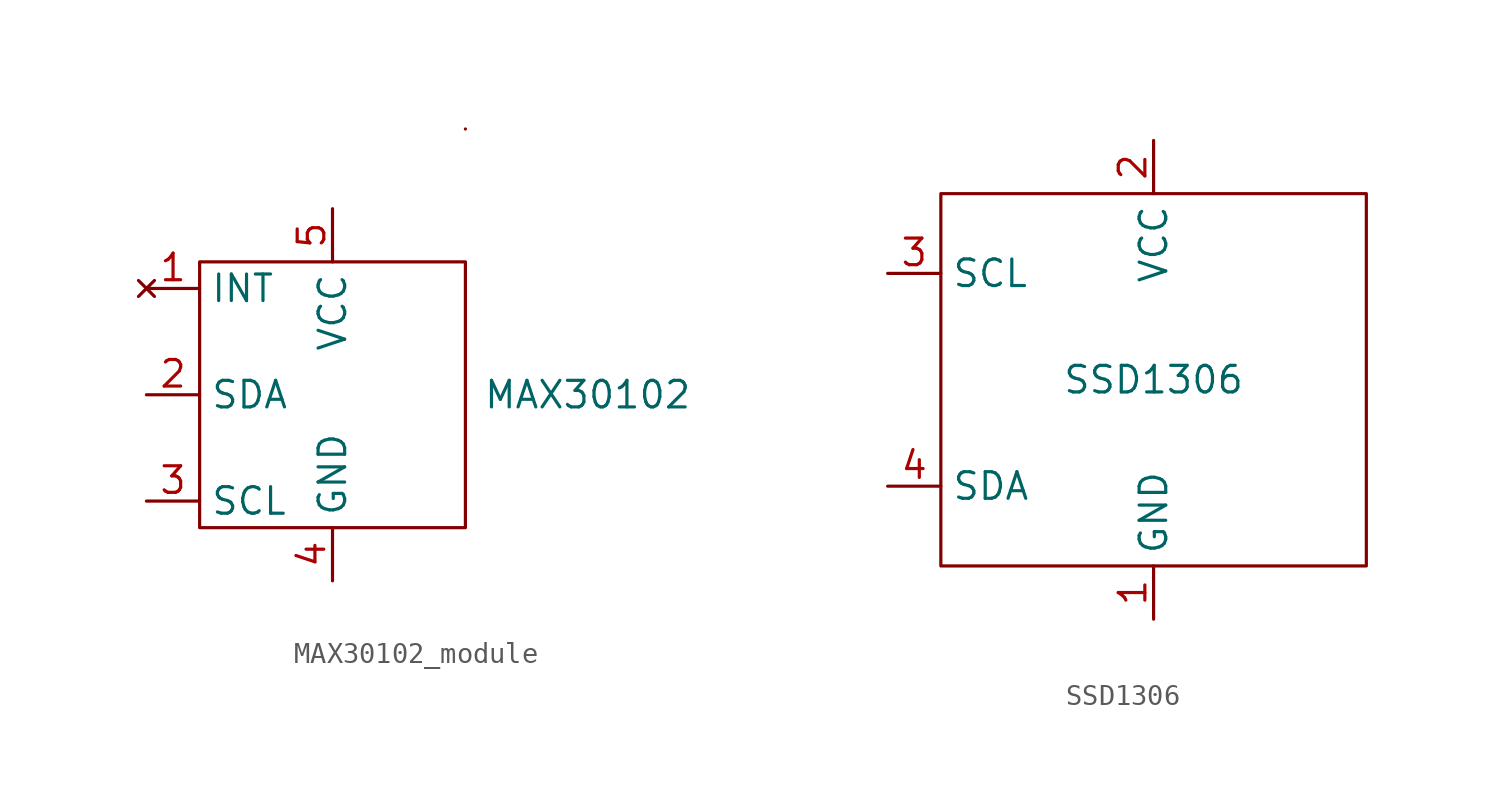
<source format=kicad_sym>
(kicad_symbol_lib
  (version 20241209)
  (generator "kicad_symbol_editor")
  (generator_version "9.0")
  (symbol "MAX30102_module"
    (property "Reference" "U"
      (at 0 0 0)
      (effects (font (size 1.27 1.27)) (hide yes)))
    (property "Value" "MAX30102"
      (at 12.192 0 0)
      (effects (font (size 1.27 1.27))))
    (symbol "MAX30102_module_1_1"
      (rectangle (start -6.35 6.35) (end 6.35 -6.35) (stroke (width 0) (type default)) (fill (type none)))
      (rectangle (start 6.35 12.7) (end 6.35 12.7) (stroke (width 0) (type default)) (fill (type none)))
      (pin no_connect line (at -8.89 5.08 0) (length 2.54) (name "INT" (effects (font (size 1.27 1.27)))) (number "1" (effects (font (size 1.27 1.27)))))
      (pin bidirectional line (at -8.89 0 0) (length 2.54) (name "SDA" (effects (font (size 1.27 1.27)))) (number "2" (effects (font (size 1.27 1.27)))))
      (pin input line (at -8.89 -5.08 0) (length 2.54) (name "SCL" (effects (font (size 1.27 1.27)))) (number "3" (effects (font (size 1.27 1.27)))))
      (pin power_in line (at 0 8.89 270) (length 2.54) (name "VCC" (effects (font (size 1.27 1.27)))) (number "5" (effects (font (size 1.27 1.27)))))
      (pin power_in line (at 0 -8.89 90) (length 2.54) (name "GND" (effects (font (size 1.27 1.27)))) (number "4" (effects (font (size 1.27 1.27)))))))
  (symbol "SSD1306"
    (property "Reference" "U"
      (at 0 0 0)
      (effects (font (size 1.27 1.27)) (hide yes)))
    (property "Value" "SSD1306"
      (at 0 0 0)
      (effects (font (size 1.27 1.27))))
    (symbol "SSD1306_0_1"
      (rectangle (start -10.16 8.89) (end 10.16 -8.89) (stroke (width 0) (type default)) (fill (type none))))
    (symbol "SSD1306_1_1"
      (pin input line (at -12.7 5.08 0) (length 2.54) (name "SCL" (effects (font (size 1.27 1.27)))) (number "3" (effects (font (size 1.27 1.27)))))
      (pin bidirectional line (at -12.7 -5.08 0) (length 2.54) (name "SDA" (effects (font (size 1.27 1.27)))) (number "4" (effects (font (size 1.27 1.27)))))
      (pin power_in line (at 0 11.43 270) (length 2.54) (name "VCC" (effects (font (size 1.27 1.27)))) (number "2" (effects (font (size 1.27 1.27)))))
      (pin power_in line (at 0 -11.43 90) (length 2.54) (name "GND" (effects (font (size 1.27 1.27)))) (number "1" (effects (font (size 1.27 1.27))))))))
</source>
